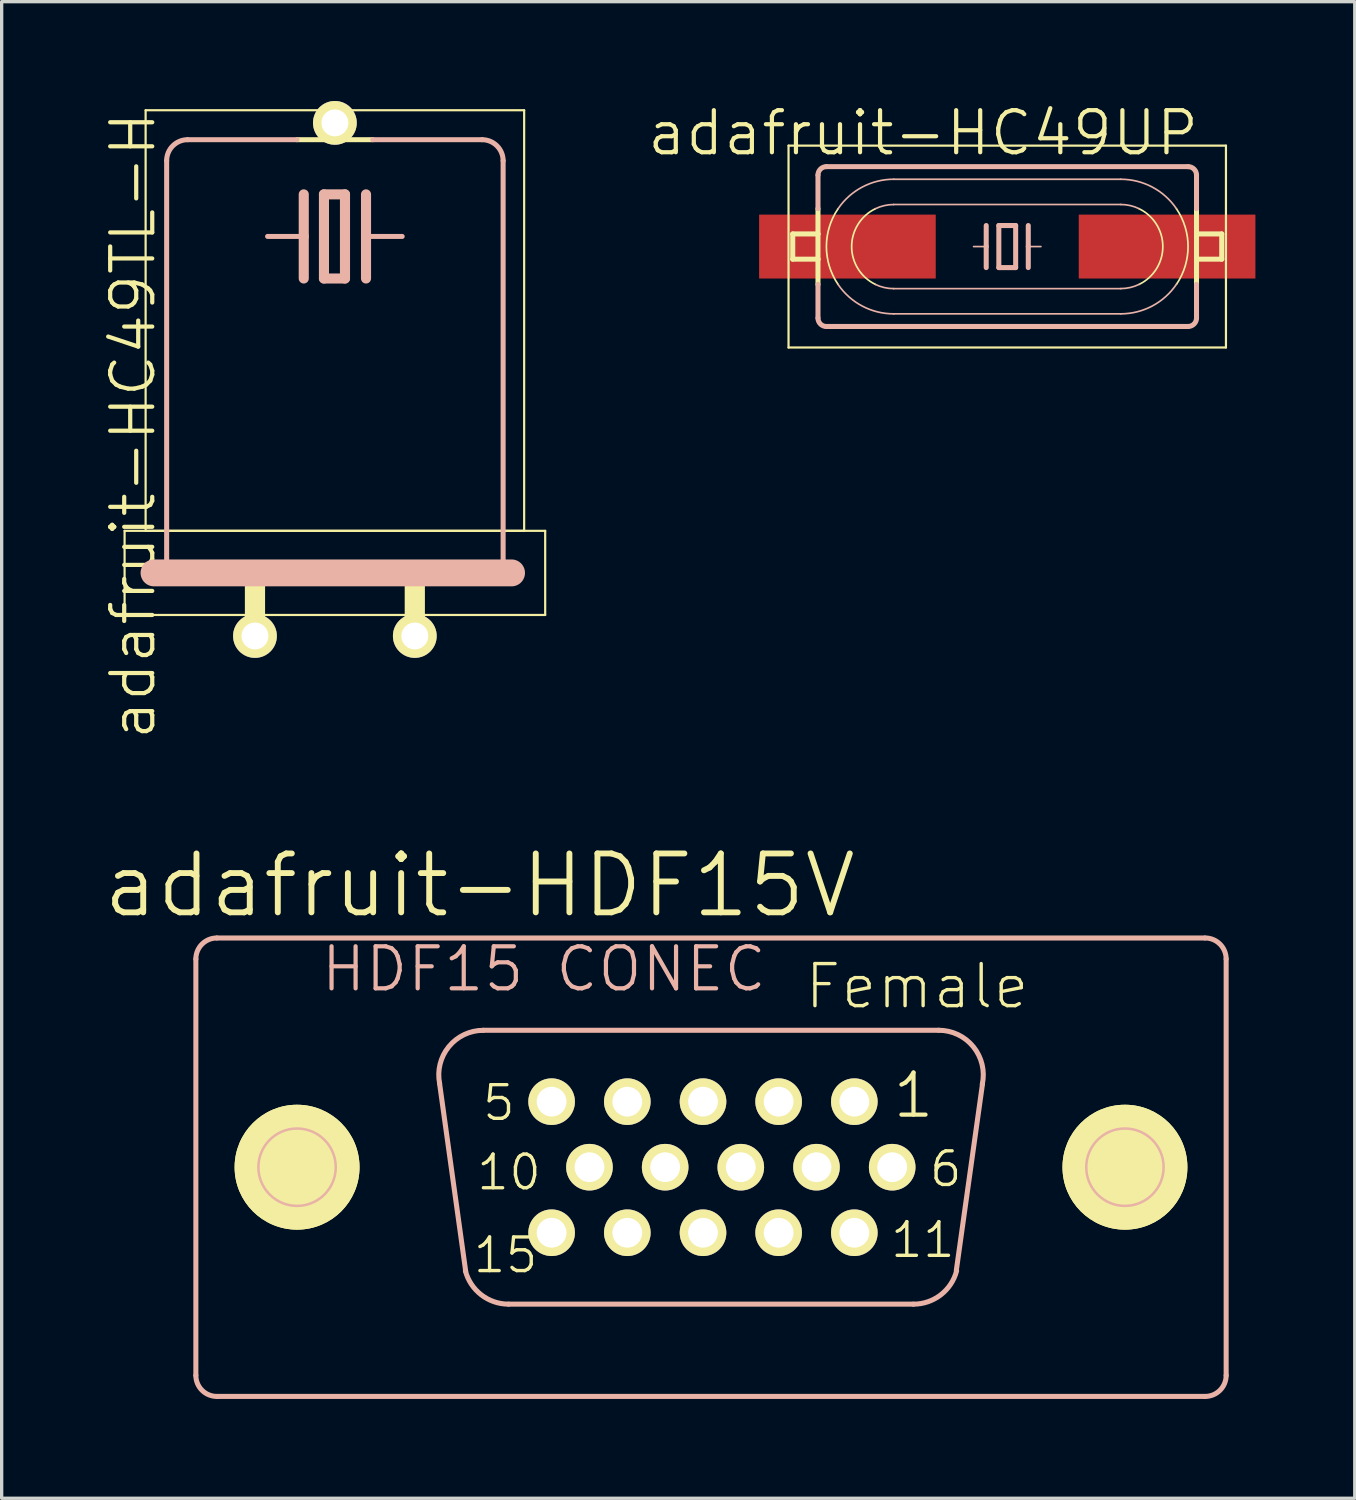
<source format=kicad_pcb>
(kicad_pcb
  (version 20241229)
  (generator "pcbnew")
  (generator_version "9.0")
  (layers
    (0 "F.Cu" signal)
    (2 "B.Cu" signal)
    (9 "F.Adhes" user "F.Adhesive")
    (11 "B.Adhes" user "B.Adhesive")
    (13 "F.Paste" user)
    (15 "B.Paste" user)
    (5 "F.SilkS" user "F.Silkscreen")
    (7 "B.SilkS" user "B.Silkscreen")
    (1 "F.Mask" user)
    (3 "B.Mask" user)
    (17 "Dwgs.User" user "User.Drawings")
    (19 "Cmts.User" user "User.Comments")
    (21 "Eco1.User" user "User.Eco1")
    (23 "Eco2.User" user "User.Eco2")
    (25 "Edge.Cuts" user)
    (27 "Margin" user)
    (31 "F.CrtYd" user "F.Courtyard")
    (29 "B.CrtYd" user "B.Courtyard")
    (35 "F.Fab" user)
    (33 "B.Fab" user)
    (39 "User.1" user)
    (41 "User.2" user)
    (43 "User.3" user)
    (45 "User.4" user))
  (footprint "adafruit-HDF15V"
    (layer "F.Cu")
    (at 18.419 32.194)
    (property "Reference" "adafruit-HDF15V" (at -6.985 -8.509 0) (layer "F.SilkS") (effects (font (size 1.778 1.778) (thickness 0.178))))
    (attr exclude_from_pos_files exclude_from_bom)
    (fp_line (start -13.998 0) (end -10.998 0) (stroke (width 0.127) (type solid)) (layer "F.SilkS"))
    (fp_line (start -12.499 1.499) (end -12.499 -1.499) (stroke (width 0.127) (type solid)) (layer "F.SilkS"))
    (fp_line (start 10.998 0) (end 13.998 0) (stroke (width 0.127) (type solid)) (layer "F.SilkS"))
    (fp_line (start 12.499 1.499) (end 12.499 -1.499) (stroke (width 0.127) (type solid)) (layer "F.SilkS"))
    (fp_circle (center -12.499 0) (end -13.833 1.333) (stroke (width 0) (type solid)) (fill yes) (layer "F.SilkS"))
    (fp_circle (center -12.499 0) (end -13.833 1.333) (stroke (width 0) (type solid)) (fill yes) (layer "F.SilkS"))
    (fp_circle (center -12.499 0) (end -13.249 0.749) (stroke (width 0.127) (type solid)) (fill no) (layer "F.SilkS"))
    (fp_circle (center 12.499 0) (end 13.249 0.749) (stroke (width 0.127) (type solid)) (fill no) (layer "F.SilkS"))
    (fp_circle (center 12.499 0) (end 13.833 1.333) (stroke (width 0) (type solid)) (fill yes) (layer "F.SilkS"))
    (fp_circle (center 12.499 0) (end 13.833 1.333) (stroke (width 0) (type solid)) (fill yes) (layer "F.SilkS"))
    (fp_line (start -15.555 -6.287) (end -15.555 6.287) (stroke (width 0.152) (type solid)) (layer "B.SilkS"))
    (fp_line (start -14.912 6.921) (end 14.92 6.921) (stroke (width 0.152) (type solid)) (layer "B.SilkS"))
    (fp_line (start -7.407 3.145) (end -8.197 -2.535) (stroke (width 0.152) (type solid)) (layer "B.SilkS"))
    (fp_line (start -6.876 -4.135) (end 6.876 -4.135) (stroke (width 0.152) (type solid)) (layer "B.SilkS"))
    (fp_line (start -6.114 4.135) (end 6.114 4.135) (stroke (width 0.152) (type solid)) (layer "B.SilkS"))
    (fp_line (start 8.197 -2.51) (end 7.407 3.119) (stroke (width 0.152) (type solid)) (layer "B.SilkS"))
    (fp_line (start 14.912 -6.921) (end -14.92 -6.921) (stroke (width 0.152) (type solid)) (layer "B.SilkS"))
    (fp_line (start 15.555 -6.287) (end 15.555 6.287) (stroke (width 0.152) (type solid)) (layer "B.SilkS"))
    (fp_arc (start -15.55496 -6.2865) (mid -15.368973 -6.735513) (end -14.91996 -6.9215) (stroke (width 0.1524) (type solid)) (layer "B.SilkS"))
    (fp_arc (start -14.91996 6.9215) (mid -15.368973 6.735513) (end -15.55496 6.2865) (stroke (width 0.1524) (type solid)) (layer "B.SilkS"))
    (fp_arc (start -8.19404 -2.52476) (mid -7.915902 -3.640821) (end -6.876511 -4.133386) (stroke (width 0.1524) (type solid)) (layer "B.SilkS"))
    (fp_arc (start -6.11378 4.13512) (mid -6.937018 3.854065) (end -7.41651 3.128256) (stroke (width 0.1524) (type solid)) (layer "B.SilkS"))
    (fp_arc (start 6.87578 -4.13512) (mid 7.923451 -3.634284) (end 8.191577 -2.504435) (stroke (width 0.1524) (type solid)) (layer "B.SilkS"))
    (fp_arc (start 7.4168 3.12928) (mid 6.936621 3.855053) (end 6.112862 4.135659) (stroke (width 0.1524) (type solid)) (layer "B.SilkS"))
    (fp_arc (start 14.91996 -6.9215) (mid 15.368973 -6.735513) (end 15.55496 -6.2865) (stroke (width 0.1524) (type solid)) (layer "B.SilkS"))
    (fp_arc (start 15.55496 6.2865) (mid 15.368973 6.735513) (end 14.91996 6.9215) (stroke (width 0.1524) (type solid)) (layer "B.SilkS"))
    (fp_circle (center -12.499 0) (end -13.325 0.826) (stroke (width 0.076) (type solid)) (fill no) (layer "B.SilkS"))
    (fp_circle (center 12.499 0) (end 13.325 0.826) (stroke (width 0.076) (type solid)) (fill no) (layer "B.SilkS"))
    (fp_text user "11" (at 6.396 2.195 0) (layer "F.SilkS") (effects (font (size 1.016 1.016) (thickness 0.102))))
    (fp_text user "5" (at -6.406 -1.941 0) (layer "F.SilkS") (effects (font (size 1.016 1.016) (thickness 0.102))))
    (fp_text user "6" (at 7.087 0.056 0) (layer "F.SilkS") (effects (font (size 1.016 1.016) (thickness 0.102))))
    (fp_text user "1" (at 6.114 -2.169 0) (layer "F.SilkS") (effects (font (size 1.27 1.27) (thickness 0.127))))
    (fp_text user "10" (at -6.099 0.155 0) (layer "F.SilkS") (effects (font (size 1.016 1.016) (thickness 0.102))))
    (fp_text user "Female" (at 6.223 -5.461 0) (layer "F.SilkS") (effects (font (size 1.27 1.27) (thickness 0.102))))
    (fp_text user "15" (at -6.203 2.657 0) (layer "F.SilkS") (effects (font (size 1.016 1.016) (thickness 0.102))))
    (fp_text user "HDF15 CONEC" (at -5.047 -5.982 0) (layer "B.SilkS") (effects (font (size 1.27 1.27) (thickness 0.127))))
    (pad "1" thru_hole circle (at 4.328 -1.979) (size 1.407 1.407) (drill 0.899) (layers "*.Cu" "F.Mask" "F.SilkS" "F.Paste"))
    (pad "2" thru_hole circle (at 2.042 -1.979) (size 1.407 1.407) (drill 0.899) (layers "*.Cu" "F.Mask" "F.SilkS" "F.Paste"))
    (pad "3" thru_hole circle (at -0.241 -1.979) (size 1.407 1.407) (drill 0.899) (layers "*.Cu" "F.Mask" "F.SilkS" "F.Paste"))
    (pad "4" thru_hole circle (at -2.527 -1.979) (size 1.407 1.407) (drill 0.899) (layers "*.Cu" "F.Mask" "F.SilkS" "F.Paste"))
    (pad "5" thru_hole circle (at -4.813 -1.979) (size 1.407 1.407) (drill 0.899) (layers "*.Cu" "F.Mask" "F.SilkS" "F.Paste"))
    (pad "6" thru_hole circle (at 5.471 0) (size 1.407 1.407) (drill 0.899) (layers "*.Cu" "F.Mask" "F.SilkS" "F.Paste"))
    (pad "7" thru_hole circle (at 3.185 0) (size 1.407 1.407) (drill 0.899) (layers "*.Cu" "F.Mask" "F.SilkS" "F.Paste"))
    (pad "8" thru_hole circle (at 0.899 0) (size 1.407 1.407) (drill 0.899) (layers "*.Cu" "F.Mask" "F.SilkS" "F.Paste"))
    (pad "9" thru_hole circle (at -1.384 0) (size 1.407 1.407) (drill 0.899) (layers "*.Cu" "F.Mask" "F.SilkS" "F.Paste"))
    (pad "10" thru_hole circle (at -3.67 0) (size 1.407 1.407) (drill 0.899) (layers "*.Cu" "F.Mask" "F.SilkS" "F.Paste"))
    (pad "11" thru_hole circle (at 4.328 1.979) (size 1.407 1.407) (drill 0.899) (layers "*.Cu" "F.Mask" "F.SilkS" "F.Paste"))
    (pad "12" thru_hole circle (at 2.042 1.979) (size 1.407 1.407) (drill 0.899) (layers "*.Cu" "F.Mask" "F.SilkS" "F.Paste"))
    (pad "13" thru_hole circle (at -0.241 1.979) (size 1.407 1.407) (drill 0.899) (layers "*.Cu" "F.Mask" "F.SilkS" "F.Paste"))
    (pad "14" thru_hole circle (at -2.527 1.979) (size 1.407 1.407) (drill 0.899) (layers "*.Cu" "F.Mask" "F.SilkS" "F.Paste"))
    (pad "15" thru_hole circle (at -4.813 1.979) (size 1.407 1.407) (drill 0.899) (layers "*.Cu" "F.Mask" "F.SilkS" "F.Paste")))
  (footprint "adafruit-HC49UP"
    (layer "F.Cu")
    (at 27.364 4.395)
    (property "Reference" "adafruit-HC49UP" (at -2.54 -3.429 0) (layer "F.SilkS") (effects (font (size 1.27 1.27) (thickness 0.127))))
    (attr smd)
    (fp_line (start -6.604 -3.048) (end 6.604 -3.048) (stroke (width 0.066) (type solid)) (layer "F.SilkS"))
    (fp_line (start -6.604 3.048) (end -6.604 -3.048) (stroke (width 0.066) (type solid)) (layer "F.SilkS"))
    (fp_line (start -6.604 3.048) (end 6.604 3.048) (stroke (width 0.066) (type solid)) (layer "F.SilkS"))
    (fp_line (start -6.477 0.381) (end -6.477 -0.381) (stroke (width 0.152) (type solid)) (layer "F.SilkS"))
    (fp_line (start -5.715 -0.381) (end -6.477 -0.381) (stroke (width 0.152) (type solid)) (layer "F.SilkS"))
    (fp_line (start -5.715 -0.381) (end -5.715 -1.143) (stroke (width 0.152) (type solid)) (layer "F.SilkS"))
    (fp_line (start -5.715 0.381) (end -6.477 0.381) (stroke (width 0.152) (type solid)) (layer "F.SilkS"))
    (fp_line (start -5.715 0.381) (end -5.715 -0.381) (stroke (width 0.152) (type solid)) (layer "F.SilkS"))
    (fp_line (start -5.715 1.143) (end -5.715 0.381) (stroke (width 0.152) (type solid)) (layer "F.SilkS"))
    (fp_line (start 5.715 -0.381) (end 6.477 -0.381) (stroke (width 0.152) (type solid)) (layer "F.SilkS"))
    (fp_line (start 5.715 0.381) (end 6.477 0.381) (stroke (width 0.152) (type solid)) (layer "F.SilkS"))
    (fp_line (start 5.715 1.143) (end 5.715 -1.143) (stroke (width 0.152) (type solid)) (layer "F.SilkS"))
    (fp_line (start 6.477 0.381) (end 6.477 -0.381) (stroke (width 0.152) (type solid)) (layer "F.SilkS"))
    (fp_line (start 6.604 3.048) (end 6.604 -3.048) (stroke (width 0.066) (type solid)) (layer "F.SilkS"))
    (fp_arc (start -5.10794 1.143) (mid -5.46008 0.001649) (end -5.109794 -1.140273) (stroke (width 0.0508) (type solid)) (layer "F.SilkS"))
    (fp_arc (start -3.98018 1.143) (mid -4.697953 0.002339) (end -3.98439 -1.14096) (stroke (width 0.0508) (type solid)) (layer "F.SilkS"))
    (fp_arc (start 3.98018 -1.143) (mid 4.697953 -0.002339) (end 3.98439 1.14096) (stroke (width 0.0508) (type solid)) (layer "F.SilkS"))
    (fp_arc (start 5.10794 -1.143) (mid 5.46008 -0.001649) (end 5.109794 1.140273) (stroke (width 0.0508) (type solid)) (layer "F.SilkS"))
    (fp_line (start -5.715 -1.143) (end -5.715 -2.159) (stroke (width 0.152) (type solid)) (layer "B.SilkS"))
    (fp_line (start -5.715 2.159) (end -5.715 1.143) (stroke (width 0.152) (type solid)) (layer "B.SilkS"))
    (fp_line (start -3.429 -2.032) (end 3.429 -2.032) (stroke (width 0.051) (type solid)) (layer "B.SilkS"))
    (fp_line (start -3.429 -1.27) (end 3.429 -1.27) (stroke (width 0.051) (type solid)) (layer "B.SilkS"))
    (fp_line (start -0.635 -0.635) (end -0.635 0) (stroke (width 0.152) (type solid)) (layer "B.SilkS"))
    (fp_line (start -0.635 0) (end -1.016 0) (stroke (width 0.051) (type solid)) (layer "B.SilkS"))
    (fp_line (start -0.635 0) (end -0.635 0.635) (stroke (width 0.152) (type solid)) (layer "B.SilkS"))
    (fp_line (start -0.254 -0.635) (end -0.254 0.635) (stroke (width 0.152) (type solid)) (layer "B.SilkS"))
    (fp_line (start -0.254 0.635) (end 0.254 0.635) (stroke (width 0.152) (type solid)) (layer "B.SilkS"))
    (fp_line (start 0.254 -0.635) (end -0.254 -0.635) (stroke (width 0.152) (type solid)) (layer "B.SilkS"))
    (fp_line (start 0.254 0.635) (end 0.254 -0.635) (stroke (width 0.152) (type solid)) (layer "B.SilkS"))
    (fp_line (start 0.635 -0.635) (end 0.635 0) (stroke (width 0.152) (type solid)) (layer "B.SilkS"))
    (fp_line (start 0.635 0) (end 0.635 0.635) (stroke (width 0.152) (type solid)) (layer "B.SilkS"))
    (fp_line (start 0.635 0) (end 1.016 0) (stroke (width 0.051) (type solid)) (layer "B.SilkS"))
    (fp_line (start 3.429 1.27) (end -3.429 1.27) (stroke (width 0.051) (type solid)) (layer "B.SilkS"))
    (fp_line (start 3.429 2.032) (end -3.429 2.032) (stroke (width 0.051) (type solid)) (layer "B.SilkS"))
    (fp_line (start 5.461 -2.413) (end -5.461 -2.413) (stroke (width 0.152) (type solid)) (layer "B.SilkS"))
    (fp_line (start 5.461 2.413) (end -5.461 2.413) (stroke (width 0.152) (type solid)) (layer "B.SilkS"))
    (fp_line (start 5.715 -1.143) (end 5.715 -2.159) (stroke (width 0.152) (type solid)) (layer "B.SilkS"))
    (fp_line (start 5.715 2.159) (end 5.715 1.143) (stroke (width 0.152) (type solid)) (layer "B.SilkS"))
    (fp_arc (start -5.715 -2.159) (mid -5.640605 -2.338605) (end -5.461 -2.413) (stroke (width 0.1524) (type solid)) (layer "B.SilkS"))
    (fp_arc (start -5.461 2.413) (mid -5.640605 2.338605) (end -5.715 2.159) (stroke (width 0.1524) (type solid)) (layer "B.SilkS"))
    (fp_arc (start -5.10794 -1.143) (mid -4.379218 -1.796128) (end -3.429787 -2.033178) (stroke (width 0.0508) (type solid)) (layer "B.SilkS"))
    (fp_arc (start -3.98018 -1.143) (mid -3.711094 -1.237203) (end -3.427769 -1.268955) (stroke (width 0.0508) (type solid)) (layer "B.SilkS"))
    (fp_arc (start -3.429 1.27) (mid -3.712527 1.237947) (end -3.981743 1.143405) (stroke (width 0.0508) (type solid)) (layer "B.SilkS"))
    (fp_arc (start -3.429 2.032) (mid -4.378266 1.796641) (end -5.107632 1.145085) (stroke (width 0.0508) (type solid)) (layer "B.SilkS"))
    (fp_arc (start 3.429 -2.032) (mid 4.378266 -1.796641) (end 5.107632 -1.145085) (stroke (width 0.0508) (type solid)) (layer "B.SilkS"))
    (fp_arc (start 3.429 -1.27) (mid 3.712527 -1.237947) (end 3.981743 -1.143405) (stroke (width 0.0508) (type solid)) (layer "B.SilkS"))
    (fp_arc (start 3.98018 1.143) (mid 3.711094 1.237203) (end 3.427769 1.268955) (stroke (width 0.0508) (type solid)) (layer "B.SilkS"))
    (fp_arc (start 5.10794 1.14046) (mid 4.380405 1.793882) (end 3.431886 2.031747) (stroke (width 0.0508) (type solid)) (layer "B.SilkS"))
    (fp_arc (start 5.461 -2.413) (mid 5.640605 -2.338605) (end 5.715 -2.159) (stroke (width 0.1524) (type solid)) (layer "B.SilkS"))
    (fp_arc (start 5.715 2.159) (mid 5.640605 2.338605) (end 5.461 2.413) (stroke (width 0.1524) (type solid)) (layer "B.SilkS"))
    (pad "1" smd rect (at -4.826 0) (size 5.334 1.93) (layers "F.Cu" "F.Mask" "F.Paste"))
    (pad "2" smd rect (at 4.826 0) (size 5.334 1.93) (layers "F.Cu" "F.Mask" "F.Paste")))
  (footprint "adafruit-HC49TL-H"
    (layer "F.Cu")
    (at 7.062 8.534)
    (property "Reference" "adafruit-HC49TL-H" (at -6.096 1.27 90) (layer "F.SilkS") (effects (font (size 1.27 1.27) (thickness 0.127))))
    (attr exclude_from_pos_files exclude_from_bom)
    (fp_line (start -6.35 4.445) (end 6.35 4.445) (stroke (width 0.066) (type solid)) (layer "F.SilkS"))
    (fp_line (start -6.35 6.985) (end -6.35 4.445) (stroke (width 0.066) (type solid)) (layer "F.SilkS"))
    (fp_line (start -6.35 6.985) (end 6.35 6.985) (stroke (width 0.066) (type solid)) (layer "F.SilkS"))
    (fp_line (start -5.715 -8.255) (end 5.715 -8.255) (stroke (width 0.066) (type solid)) (layer "F.SilkS"))
    (fp_line (start -5.715 4.445) (end -5.715 -8.255) (stroke (width 0.066) (type solid)) (layer "F.SilkS"))
    (fp_line (start -5.715 4.445) (end 5.715 4.445) (stroke (width 0.066) (type solid)) (layer "F.SilkS"))
    (fp_line (start -2.413 5.842) (end -2.413 7.62) (stroke (width 0.61) (type solid)) (layer "F.SilkS"))
    (fp_line (start -0.305 -7.569) (end 0.305 -7.569) (stroke (width 0.066) (type solid)) (layer "F.SilkS"))
    (fp_line (start -0.305 -7.366) (end -0.305 -7.569) (stroke (width 0.066) (type solid)) (layer "F.SilkS"))
    (fp_line (start -0.305 -7.366) (end 0.305 -7.366) (stroke (width 0.066) (type solid)) (layer "F.SilkS"))
    (fp_line (start 0 -7.874) (end 0 -7.62) (stroke (width 0.61) (type solid)) (layer "F.SilkS"))
    (fp_line (start 0.305 -7.366) (end 0.305 -7.569) (stroke (width 0.066) (type solid)) (layer "F.SilkS"))
    (fp_line (start 1.143 -7.366) (end -1.143 -7.366) (stroke (width 0.152) (type solid)) (layer "F.SilkS"))
    (fp_line (start 2.413 5.842) (end 2.413 7.62) (stroke (width 0.61) (type solid)) (layer "F.SilkS"))
    (fp_line (start 5.715 4.445) (end 5.715 -8.255) (stroke (width 0.066) (type solid)) (layer "F.SilkS"))
    (fp_line (start 6.35 6.985) (end 6.35 4.445) (stroke (width 0.066) (type solid)) (layer "F.SilkS"))
    (fp_line (start -5.08 -6.731) (end -5.08 5.715) (stroke (width 0.152) (type solid)) (layer "B.SilkS"))
    (fp_line (start -1.143 -7.366) (end -4.445 -7.366) (stroke (width 0.152) (type solid)) (layer "B.SilkS"))
    (fp_line (start -0.94 -5.715) (end -0.94 -4.445) (stroke (width 0.305) (type solid)) (layer "B.SilkS"))
    (fp_line (start -0.94 -4.445) (end -2.032 -4.445) (stroke (width 0.152) (type solid)) (layer "B.SilkS"))
    (fp_line (start -0.94 -4.445) (end -0.94 -3.175) (stroke (width 0.305) (type solid)) (layer "B.SilkS"))
    (fp_line (start -0.33 -5.715) (end -0.33 -3.175) (stroke (width 0.305) (type solid)) (layer "B.SilkS"))
    (fp_line (start -0.33 -3.175) (end 0.305 -3.175) (stroke (width 0.305) (type solid)) (layer "B.SilkS"))
    (fp_line (start 0.305 -5.715) (end -0.33 -5.715) (stroke (width 0.305) (type solid)) (layer "B.SilkS"))
    (fp_line (start 0.305 -3.175) (end 0.305 -5.715) (stroke (width 0.305) (type solid)) (layer "B.SilkS"))
    (fp_line (start 0.94 -5.715) (end 0.94 -4.445) (stroke (width 0.305) (type solid)) (layer "B.SilkS"))
    (fp_line (start 0.94 -4.445) (end 0.94 -3.175) (stroke (width 0.305) (type solid)) (layer "B.SilkS"))
    (fp_line (start 0.94 -4.445) (end 2.032 -4.445) (stroke (width 0.152) (type solid)) (layer "B.SilkS"))
    (fp_line (start 4.445 -7.366) (end 1.143 -7.366) (stroke (width 0.152) (type solid)) (layer "B.SilkS"))
    (fp_line (start 5.08 5.715) (end 5.08 -6.731) (stroke (width 0.152) (type solid)) (layer "B.SilkS"))
    (fp_line (start 5.334 5.715) (end -5.461 5.715) (stroke (width 0.813) (type solid)) (layer "B.SilkS"))
    (fp_arc (start -5.08 -6.731) (mid -4.894013 -7.180013) (end -4.445 -7.366) (stroke (width 0.1524) (type solid)) (layer "B.SilkS"))
    (fp_arc (start 4.445 -7.366) (mid 4.894013 -7.180013) (end 5.08 -6.731) (stroke (width 0.1524) (type solid)) (layer "B.SilkS"))
    (pad "1" thru_hole circle (at -2.413 7.62) (size 1.321 1.321) (drill 0.813) (layers "*.Cu" "F.Mask" "F.SilkS" "F.Paste"))
    (pad "2" thru_hole circle (at 2.413 7.62) (size 1.321 1.321) (drill 0.813) (layers "*.Cu" "F.Mask" "F.SilkS" "F.Paste"))
    (pad "3" thru_hole circle (at 0 -7.874) (size 1.321 1.321) (drill 0.813) (layers "*.Cu" "F.Mask" "F.SilkS" "F.Paste")))
  (gr_rect
    (start -3 -3)
    (end 37.857 42.191)
    (stroke (width 0.1) (type default))
    (fill no)
    (layer "Edge.Cuts")))
</source>
